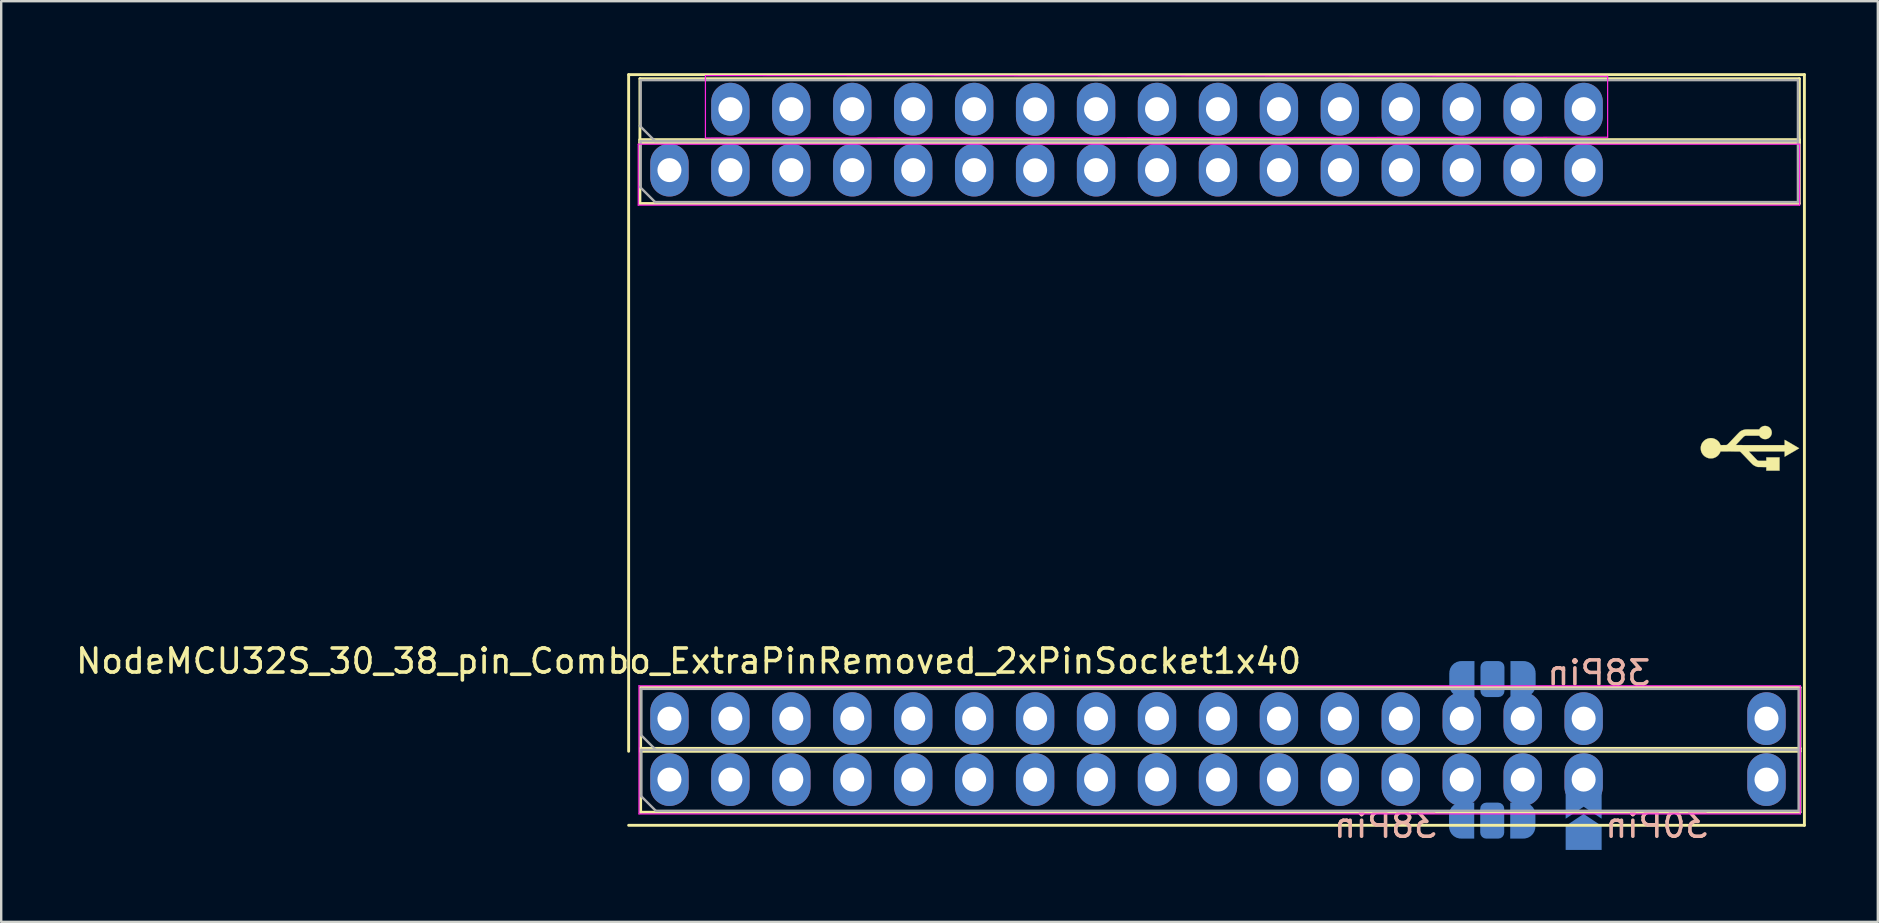
<source format=kicad_pcb>
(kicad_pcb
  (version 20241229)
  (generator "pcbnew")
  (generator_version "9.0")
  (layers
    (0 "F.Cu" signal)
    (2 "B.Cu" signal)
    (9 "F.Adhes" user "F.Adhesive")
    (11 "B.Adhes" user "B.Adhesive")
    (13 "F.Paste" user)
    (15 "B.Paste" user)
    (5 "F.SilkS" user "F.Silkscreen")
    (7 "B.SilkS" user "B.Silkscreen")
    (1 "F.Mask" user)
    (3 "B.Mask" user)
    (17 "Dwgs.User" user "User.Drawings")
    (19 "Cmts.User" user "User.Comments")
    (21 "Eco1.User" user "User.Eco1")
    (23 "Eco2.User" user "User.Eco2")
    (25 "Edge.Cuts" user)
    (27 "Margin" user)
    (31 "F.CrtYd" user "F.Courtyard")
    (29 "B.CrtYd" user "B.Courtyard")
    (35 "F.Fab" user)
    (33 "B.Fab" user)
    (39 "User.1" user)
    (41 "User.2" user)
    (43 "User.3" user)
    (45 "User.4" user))
  (footprint "NodeMCU32S_30_38_pin_Combo_ExtraPinRemoved_2xPinSocket1x40"
    (layer "F.Cu")
    (at 24.849 26.9)
    (property "Reference" "NodeMCU32S_30_38_pin_Combo_ExtraPinRemoved_2xPinSocket1x40" (at 0.8 -2.4 180) (layer "F.SilkS") (effects (font (size 1 1) (thickness 0.15))))
    (attr through_hole)
    (fp_line (start -1.7 -26.84) (end 47.3 -26.84) (stroke (width 0.12) (type solid)) (layer "F.SilkS"))
    (fp_line (start -1.7 1.36) (end -1.7 -26.84) (stroke (width 0.12) (type solid)) (layer "F.SilkS"))
    (fp_line (start -1.23 -26.67) (end 47.09 -26.67) (stroke (width 0.12) (type solid)) (layer "F.SilkS"))
    (fp_line (start -1.23 -24.13) (end 47.09 -24.13) (stroke (width 0.12) (type solid)) (layer "F.SilkS"))
    (fp_line (start -1.23 -24.01) (end -1.23 -26.67) (stroke (width 0.12) (type solid)) (layer "F.SilkS"))
    (fp_line (start -1.23 -24.01) (end 47.09 -24.01) (stroke (width 0.12) (type solid)) (layer "F.SilkS"))
    (fp_line (start -1.23 -21.47) (end -1.23 -24.13) (stroke (width 0.12) (type solid)) (layer "F.SilkS"))
    (fp_line (start -1.23 -21.47) (end 47.09 -21.47) (stroke (width 0.12) (type solid)) (layer "F.SilkS"))
    (fp_line (start -1.2 -1.3) (end 47.12 -1.3) (stroke (width 0.12) (type solid)) (layer "F.SilkS"))
    (fp_line (start -1.2 1.24) (end 47.12 1.24) (stroke (width 0.12) (type solid)) (layer "F.SilkS"))
    (fp_line (start -1.2 1.36) (end -1.2 -1.3) (stroke (width 0.12) (type solid)) (layer "F.SilkS"))
    (fp_line (start -1.2 1.36) (end 47.12 1.36) (stroke (width 0.12) (type solid)) (layer "F.SilkS"))
    (fp_line (start -1.2 3.9) (end -1.2 1.24) (stroke (width 0.12) (type solid)) (layer "F.SilkS"))
    (fp_line (start -1.2 3.9) (end 47.12 3.9) (stroke (width 0.12) (type solid)) (layer "F.SilkS"))
    (fp_line (start 47.09 -24.01) (end 47.09 -26.67) (stroke (width 0.12) (type solid)) (layer "F.SilkS"))
    (fp_line (start 47.09 -21.47) (end 47.09 -24.13) (stroke (width 0.12) (type solid)) (layer "F.SilkS"))
    (fp_line (start 47.12 1.36) (end 47.12 -1.3) (stroke (width 0.12) (type solid)) (layer "F.SilkS"))
    (fp_line (start 47.12 3.9) (end 47.12 1.24) (stroke (width 0.12) (type solid)) (layer "F.SilkS"))
    (fp_line (start 47.3 -26.84) (end 47.3 4.445) (stroke (width 0.12) (type solid)) (layer "F.SilkS"))
    (fp_line (start 47.3 4.445) (end -1.7 4.445) (stroke (width 0.12) (type solid)) (layer "F.SilkS"))
    (fp_poly (pts (xy 47.076 -11.265) (xy 47.066 -11.259) (xy 47.049 -11.248) (xy 47.026 -11.235) (xy 46.999 -11.219) (xy 46.966 -11.2) (xy 46.93 -11.178) (xy 46.89 -11.155) (xy 46.847 -11.13) (xy 46.802 -11.104) (xy 46.778 -11.091) (xy 46.478 -10.917) (xy 46.477 -11.027) (xy 46.476 -11.137) (xy 45.731 -11.137) (xy 45.652 -11.137) (xy 45.575 -11.137) (xy 45.502 -11.137) (xy 45.431 -11.137) (xy 45.364 -11.137) (xy 45.301 -11.137) (xy 45.243 -11.137) (xy 45.189 -11.137) (xy 45.141 -11.137) (xy 45.098 -11.136) (xy 45.062 -11.136) (xy 45.032 -11.136) (xy 45.009 -11.136) (xy 44.994 -11.136) (xy 44.986 -11.136) (xy 44.986 -11.135) (xy 44.988 -11.132) (xy 44.997 -11.123) (xy 45.009 -11.109) (xy 45.026 -11.091) (xy 45.046 -11.069) (xy 45.069 -11.045) (xy 45.094 -11.019) (xy 45.121 -10.991) (xy 45.148 -10.962) (xy 45.176 -10.933) (xy 45.203 -10.905) (xy 45.23 -10.877) (xy 45.254 -10.852) (xy 45.277 -10.829) (xy 45.297 -10.808) (xy 45.313 -10.792) (xy 45.325 -10.78) (xy 45.332 -10.773) (xy 45.333 -10.772) (xy 45.347 -10.764) (xy 45.364 -10.755) (xy 45.373 -10.752) (xy 45.379 -10.75) (xy 45.386 -10.748) (xy 45.395 -10.747) (xy 45.406 -10.746) (xy 45.42 -10.745) (xy 45.438 -10.744) (xy 45.461 -10.744) (xy 45.49 -10.744) (xy 45.527 -10.744) (xy 45.555 -10.744) (xy 45.714 -10.744) (xy 45.714 -10.888) (xy 46.264 -10.888) (xy 46.264 -10.337) (xy 45.714 -10.337) (xy 45.714 -10.485) (xy 45.535 -10.486) (xy 45.356 -10.488) (xy 45.318 -10.5) (xy 45.277 -10.515) (xy 45.235 -10.534) (xy 45.195 -10.556) (xy 45.161 -10.579) (xy 45.161 -10.579) (xy 45.15 -10.589) (xy 45.133 -10.604) (xy 45.111 -10.626) (xy 45.083 -10.654) (xy 45.05 -10.688) (xy 45.011 -10.729) (xy 44.966 -10.775) (xy 44.916 -10.828) (xy 44.885 -10.861) (xy 44.84 -10.908) (xy 44.8 -10.95) (xy 44.765 -10.986) (xy 44.736 -11.017) (xy 44.71 -11.043) (xy 44.688 -11.065) (xy 44.671 -11.083) (xy 44.656 -11.098) (xy 44.644 -11.109) (xy 44.635 -11.117) (xy 44.628 -11.122) (xy 44.623 -11.125) (xy 44.623 -11.125) (xy 44.603 -11.135) (xy 43.804 -11.138) (xy 43.801 -11.129) (xy 43.799 -11.121) (xy 43.793 -11.108) (xy 43.786 -11.092) (xy 43.783 -11.086) (xy 43.753 -11.034) (xy 43.717 -10.987) (xy 43.675 -10.946) (xy 43.628 -10.911) (xy 43.575 -10.883) (xy 43.519 -10.862) (xy 43.501 -10.857) (xy 43.469 -10.851) (xy 43.433 -10.848) (xy 43.394 -10.847) (xy 43.357 -10.849) (xy 43.322 -10.853) (xy 43.301 -10.857) (xy 43.242 -10.877) (xy 43.188 -10.904) (xy 43.139 -10.937) (xy 43.096 -10.977) (xy 43.063 -11.016) (xy 43.031 -11.065) (xy 43.007 -11.116) (xy 42.991 -11.17) (xy 42.983 -11.227) (xy 42.981 -11.254) (xy 42.981 -11.276) (xy 42.981 -11.295) (xy 42.981 -11.31) (xy 42.981 -11.319) (xy 42.982 -11.319) (xy 42.991 -11.363) (xy 43.001 -11.4) (xy 43.012 -11.432) (xy 43.026 -11.463) (xy 43.038 -11.484) (xy 43.072 -11.532) (xy 43.111 -11.574) (xy 43.154 -11.611) (xy 43.202 -11.641) (xy 43.254 -11.664) (xy 43.307 -11.68) (xy 43.363 -11.689) (xy 43.42 -11.691) (xy 43.477 -11.685) (xy 43.527 -11.672) (xy 43.578 -11.652) (xy 43.627 -11.626) (xy 43.672 -11.593) (xy 43.711 -11.557) (xy 43.731 -11.534) (xy 43.744 -11.517) (xy 43.757 -11.495) (xy 43.771 -11.472) (xy 43.784 -11.449) (xy 43.794 -11.429) (xy 43.8 -11.413) (xy 43.801 -11.409) (xy 43.804 -11.399) (xy 43.926 -11.401) (xy 44.048 -11.402) (xy 44.077 -11.416) (xy 44.082 -11.419) (xy 44.087 -11.422) (xy 44.093 -11.426) (xy 44.1 -11.432) (xy 44.108 -11.439) (xy 44.118 -11.448) (xy 44.13 -11.46) (xy 44.145 -11.474) (xy 44.163 -11.492) (xy 44.184 -11.514) (xy 44.209 -11.54) (xy 44.238 -11.571) (xy 44.271 -11.606) (xy 44.31 -11.647) (xy 44.352 -11.692) (xy 44.397 -11.739) (xy 44.436 -11.78) (xy 44.47 -11.816) (xy 44.499 -11.846) (xy 44.525 -11.873) (xy 44.546 -11.895) (xy 44.565 -11.914) (xy 44.58 -11.929) (xy 44.593 -11.941) (xy 44.604 -11.952) (xy 44.613 -11.96) (xy 44.621 -11.966) (xy 44.628 -11.971) (xy 44.635 -11.976) (xy 44.691 -12.007) (xy 44.751 -12.031) (xy 44.814 -12.047) (xy 44.843 -12.052) (xy 44.855 -12.053) (xy 44.874 -12.053) (xy 44.902 -12.054) (xy 44.936 -12.055) (xy 44.977 -12.055) (xy 45.024 -12.056) (xy 45.077 -12.056) (xy 45.136 -12.056) (xy 45.149 -12.056) (xy 45.421 -12.056) (xy 45.432 -12.076) (xy 45.445 -12.094) (xy 45.463 -12.114) (xy 45.484 -12.134) (xy 45.505 -12.151) (xy 45.52 -12.161) (xy 45.563 -12.182) (xy 45.608 -12.195) (xy 45.654 -12.2) (xy 45.701 -12.197) (xy 45.747 -12.187) (xy 45.789 -12.17) (xy 45.829 -12.146) (xy 45.863 -12.116) (xy 45.891 -12.08) (xy 45.914 -12.041) (xy 45.929 -11.999) (xy 45.938 -11.955) (xy 45.94 -11.909) (xy 45.934 -11.864) (xy 45.924 -11.829) (xy 45.904 -11.788) (xy 45.878 -11.75) (xy 45.846 -11.717) (xy 45.809 -11.689) (xy 45.768 -11.668) (xy 45.731 -11.655) (xy 45.704 -11.651) (xy 45.672 -11.649) (xy 45.64 -11.65) (xy 45.61 -11.653) (xy 45.595 -11.656) (xy 45.561 -11.668) (xy 45.527 -11.685) (xy 45.495 -11.707) (xy 45.466 -11.731) (xy 45.443 -11.757) (xy 45.43 -11.776) (xy 45.42 -11.794) (xy 45.137 -11.794) (xy 45.081 -11.794) (xy 45.033 -11.794) (xy 44.992 -11.793) (xy 44.958 -11.793) (xy 44.929 -11.793) (xy 44.906 -11.793) (xy 44.887 -11.792) (xy 44.872 -11.792) (xy 44.86 -11.791) (xy 44.851 -11.79) (xy 44.844 -11.789) (xy 44.837 -11.788) (xy 44.832 -11.786) (xy 44.828 -11.785) (xy 44.81 -11.777) (xy 44.791 -11.768) (xy 44.781 -11.76) (xy 44.775 -11.755) (xy 44.765 -11.745) (xy 44.75 -11.73) (xy 44.731 -11.711) (xy 44.71 -11.689) (xy 44.686 -11.664) (xy 44.66 -11.637) (xy 44.633 -11.609) (xy 44.606 -11.58) (xy 44.579 -11.551) (xy 44.552 -11.523) (xy 44.527 -11.497) (xy 44.504 -11.472) (xy 44.483 -11.45) (xy 44.466 -11.431) (xy 44.452 -11.417) (xy 44.443 -11.407) (xy 44.44 -11.402) (xy 44.44 -11.402) (xy 44.444 -11.402) (xy 44.456 -11.401) (xy 44.476 -11.401) (xy 44.503 -11.401) (xy 44.538 -11.401) (xy 44.579 -11.401) (xy 44.626 -11.401) (xy 44.679 -11.401) (xy 44.738 -11.4) (xy 44.802 -11.4) (xy 44.871 -11.4) (xy 44.944 -11.4) (xy 45.021 -11.4) (xy 45.102 -11.4) (xy 45.186 -11.4) (xy 45.274 -11.4) (xy 45.364 -11.4) (xy 45.456 -11.4) (xy 46.476 -11.4) (xy 46.476 -11.51) (xy 46.476 -11.54) (xy 46.476 -11.566) (xy 46.477 -11.588) (xy 46.478 -11.605) (xy 46.478 -11.616) (xy 46.479 -11.619) (xy 46.485 -11.616) (xy 46.498 -11.609) (xy 46.516 -11.599) (xy 46.54 -11.586) (xy 46.567 -11.57) (xy 46.599 -11.551) (xy 46.634 -11.531) (xy 46.671 -11.51) (xy 46.71 -11.487) (xy 46.75 -11.464) (xy 46.79 -11.44) (xy 46.831 -11.416) (xy 46.87 -11.393) (xy 46.908 -11.371) (xy 46.944 -11.349) (xy 46.977 -11.33) (xy 47.007 -11.312) (xy 47.033 -11.297) (xy 47.053 -11.285) (xy 47.068 -11.275) (xy 47.078 -11.27) (xy 47.08 -11.268) (xy 47.076 -11.265)) (stroke (width 0.01) (type solid)) (fill yes) (layer "F.SilkS"))
    (fp_line (start -2.4 -26.84) (end 5.8 -26.84) (stroke (width 0.12) (type solid)) (layer "Eco2.User"))
    (fp_line (start -2.4 4.445) (end -2.4 -26.84) (stroke (width 0.12) (type solid)) (layer "Eco2.User"))
    (fp_line (start 5.8 -26.84) (end 5.8 1.8) (stroke (width 0.12) (type solid)) (layer "Eco2.User"))
    (fp_line (start 5.8 -24.3) (end 5.8 1.8) (stroke (width 0.12) (type solid)) (layer "Eco2.User"))
    (fp_line (start 5.8 4.445) (end -2.4 4.445) (stroke (width 0.12) (type solid)) (layer "Eco2.User"))
    (fp_line (start -1.3 -23.94) (end -1.3 -21.4) (stroke (width 0.05) (type solid)) (layer "F.CrtYd"))
    (fp_line (start -1.3 -23.94) (end 47.1 -23.94) (stroke (width 0.05) (type solid)) (layer "F.CrtYd"))
    (fp_line (start -1.3 -21.4) (end 47.1 -21.4) (stroke (width 0.05) (type solid)) (layer "F.CrtYd"))
    (fp_line (start -1.27 -1.37) (end -1.27 3.97) (stroke (width 0.05) (type solid)) (layer "F.CrtYd"))
    (fp_line (start -1.27 3.97) (end 47.13 3.97) (stroke (width 0.05) (type solid)) (layer "F.CrtYd"))
    (fp_line (start 1.5 -26.8) (end 1.5 -24.2) (stroke (width 0.05) (type solid)) (layer "F.CrtYd"))
    (fp_line (start 39.1 -26.77) (end 1.5 -26.8) (stroke (width 0.05) (type solid)) (layer "F.CrtYd"))
    (fp_line (start 39.1 -24.23) (end 1.5 -24.2) (stroke (width 0.05) (type solid)) (layer "F.CrtYd"))
    (fp_line (start 39.1 -24.23) (end 39.1 -26.77) (stroke (width 0.05) (type solid)) (layer "F.CrtYd"))
    (fp_line (start 47.1 -21.4) (end 47.1 -23.94) (stroke (width 0.05) (type solid)) (layer "F.CrtYd"))
    (fp_line (start 47.13 -1.37) (end -1.27 -1.37) (stroke (width 0.05) (type solid)) (layer "F.CrtYd"))
    (fp_line (start 47.13 3.97) (end 47.13 -1.37) (stroke (width 0.05) (type solid)) (layer "F.CrtYd"))
    (fp_line (start -1.2 -26.61) (end 47.03 -26.61) (stroke (width 0.1) (type solid)) (layer "F.Fab"))
    (fp_line (start -1.2 -24.705) (end -1.2 -26.61) (stroke (width 0.1) (type solid)) (layer "F.Fab"))
    (fp_line (start -1.2 -24.07) (end 47.03 -24.07) (stroke (width 0.1) (type solid)) (layer "F.Fab"))
    (fp_line (start -1.2 -22.165) (end -1.2 -24.07) (stroke (width 0.1) (type solid)) (layer "F.Fab"))
    (fp_line (start -1.17 -1.24) (end 47.06 -1.24) (stroke (width 0.1) (type solid)) (layer "F.Fab"))
    (fp_line (start -1.17 0.665) (end -1.17 -1.24) (stroke (width 0.1) (type solid)) (layer "F.Fab"))
    (fp_line (start -1.17 1.3) (end 47.06 1.3) (stroke (width 0.1) (type solid)) (layer "F.Fab"))
    (fp_line (start -1.17 3.205) (end -1.17 1.3) (stroke (width 0.1) (type solid)) (layer "F.Fab"))
    (fp_line (start -0.6 -24.07) (end -1.235 -24.705) (stroke (width 0.1) (type solid)) (layer "F.Fab"))
    (fp_line (start -0.6 -21.53) (end -1.235 -22.165) (stroke (width 0.1) (type solid)) (layer "F.Fab"))
    (fp_line (start -0.57 1.3) (end -1.205 0.665) (stroke (width 0.1) (type solid)) (layer "F.Fab"))
    (fp_line (start -0.57 3.84) (end -1.205 3.205) (stroke (width 0.1) (type solid)) (layer "F.Fab"))
    (fp_line (start 47.03 -26.61) (end 47.03 -24.07) (stroke (width 0.1) (type solid)) (layer "F.Fab"))
    (fp_line (start 47.03 -24.07) (end -0.6 -24.07) (stroke (width 0.1) (type solid)) (layer "F.Fab"))
    (fp_line (start 47.03 -24.07) (end 47.03 -21.53) (stroke (width 0.1) (type solid)) (layer "F.Fab"))
    (fp_line (start 47.03 -21.53) (end -0.6 -21.53) (stroke (width 0.1) (type solid)) (layer "F.Fab"))
    (fp_line (start 47.06 -1.24) (end 47.06 1.3) (stroke (width 0.1) (type solid)) (layer "F.Fab"))
    (fp_line (start 47.06 1.3) (end -0.57 1.3) (stroke (width 0.1) (type solid)) (layer "F.Fab"))
    (fp_line (start 47.06 1.3) (end 47.06 3.84) (stroke (width 0.1) (type solid)) (layer "F.Fab"))
    (fp_line (start 47.06 3.84) (end -0.57 3.84) (stroke (width 0.1) (type solid)) (layer "F.Fab"))
    (fp_text user "30Pin" (at 41.15 4.445 0) (unlocked yes) (layer "B.SilkS") (effects (font (size 1 1) (thickness 0.15)) (justify mirror)))
    (fp_text user "38Pin" (at 38.735 -1.905 0) (unlocked yes) (layer "B.SilkS") (effects (font (size 1 1) (thickness 0.15)) (justify mirror)))
    (fp_text user "38Pin" (at 29.845 4.445 0) (unlocked yes) (layer "B.SilkS") (effects (font (size 1 1) (thickness 0.15)) (justify mirror)))
    (fp_text user "Antenna" (at 0.3 -11.5 90) (layer "Eco2.User") (effects (font (size 2 2) (thickness 0.3))))
    (pad "0" thru_hole oval (at 33.02 -22.86 180) (size 1.6 2.2) (drill 1) (layers "*.Cu" "*.Mask"))
    (pad "1" thru_hole oval (at 7.62 -25.4 180) (size 1.6 2.2) (drill 1) (layers "*.Cu" "*.Mask"))
    (pad "1" thru_hole oval (at 7.62 -22.86 180) (size 1.6 2.2) (drill 1) (layers "*.Cu" "*.Mask"))
    (pad "2" thru_hole oval (at 30.48 -25.4 180) (size 1.6 2.2) (drill 1) (layers "*.Cu" "*.Mask"))
    (pad "2" thru_hole oval (at 35.56 -22.86 180) (size 1.6 2.2) (drill 1) (layers "*.Cu" "*.Mask"))
    (pad "3" thru_hole oval (at 10.16 -25.4 180) (size 1.6 2.2) (drill 1) (layers "*.Cu" "*.Mask"))
    (pad "3" thru_hole oval (at 10.16 -22.86 180) (size 1.6 2.2) (drill 1) (layers "*.Cu" "*.Mask"))
    (pad "4" thru_hole oval (at 27.94 -25.4 180) (size 1.6 2.2) (drill 1) (layers "*.Cu" "*.Mask"))
    (pad "4" thru_hole oval (at 30.48 -22.86 180) (size 1.6 2.2) (drill 1) (layers "*.Cu" "*.Mask"))
    (pad "5" thru_hole oval (at 20.32 -25.4 180) (size 1.6 2.2) (drill 1) (layers "*.Cu" "*.Mask"))
    (pad "5" thru_hole oval (at 22.86 -22.86 180) (size 1.6 2.2) (drill 1) (layers "*.Cu" "*.Mask"))
    (pad "9" thru_hole oval (at 38.1 0) (size 1.6 2.2) (drill 1) (layers "*.Cu" "*.Mask"))
    (pad "9" thru_hole oval (at 38.1 2.54) (size 1.6 2.2) (drill 1) (layers "*.Cu" "*.Mask"))
    (pad "9" smd custom (at 38.1 3.02 90) (size 0.3 0.3) (layers "B.Cu" "B.Mask") (options (anchor rect)) (primitives (gr_poly (pts (xy -1.15 -0.75) (xy 0.2 -0.75) (xy 0.2 0.75) (xy -1.15 0.75) (xy -0.65 0)) (width 0) (fill yes))))
    (pad "12" thru_hole oval (at 30.48 0) (size 1.6 2.2) (drill 1) (layers "*.Cu" "*.Mask"))
    (pad "12" thru_hole oval (at 30.48 2.54) (size 1.6 2.2) (drill 1) (layers "*.Cu" "*.Mask"))
    (pad "13" smd roundrect (at 34.3 -1.65) (size 1 1.5) (layers "B.Cu" "B.Mask") (roundrect_rratio 0.25))
    (pad "14" thru_hole oval (at 27.94 0) (size 1.6 2.2) (drill 1) (layers "*.Cu" "*.Mask"))
    (pad "14" thru_hole oval (at 27.94 2.54) (size 1.6 2.2) (drill 1) (layers "*.Cu" "*.Mask"))
    (pad "15" thru_hole oval (at 33.02 -25.4 180) (size 1.6 2.2) (drill 1) (layers "*.Cu" "*.Mask"))
    (pad "15" thru_hole oval (at 38.1 -22.86 180) (size 1.6 2.2) (drill 1) (layers "*.Cu" "*.Mask"))
    (pad "16" thru_hole oval (at 25.4 -25.4 180) (size 1.6 2.2) (drill 1) (layers "*.Cu" "*.Mask"))
    (pad "16" thru_hole oval (at 27.94 -22.86 180) (size 1.6 2.2) (drill 1) (layers "*.Cu" "*.Mask"))
    (pad "17" thru_hole oval (at 22.86 -25.4 180) (size 1.6 2.2) (drill 1) (layers "*.Cu" "*.Mask"))
    (pad "17" thru_hole oval (at 25.4 -22.86 180) (size 1.6 2.2) (drill 1) (layers "*.Cu" "*.Mask"))
    (pad "18" thru_hole oval (at 17.78 -25.4 180) (size 1.6 2.2) (drill 1) (layers "*.Cu" "*.Mask"))
    (pad "18" thru_hole oval (at 20.32 -22.86 180) (size 1.6 2.2) (drill 1) (layers "*.Cu" "*.Mask"))
    (pad "19" thru_hole oval (at 15.24 -25.392 180) (size 1.6 2.2) (drill 1) (layers "*.Cu" "*.Mask"))
    (pad "19" thru_hole oval (at 17.78 -22.86 180) (size 1.6 2.2) (drill 1) (layers "*.Cu" "*.Mask"))
    (pad "21" thru_hole oval (at 12.7 -25.4 180) (size 1.6 2.2) (drill 1) (layers "*.Cu" "*.Mask"))
    (pad "21" thru_hole oval (at 12.7 -22.86 180) (size 1.6 2.2) (drill 1) (layers "*.Cu" "*.Mask"))
    (pad "22" thru_hole oval (at 5.08 -25.4 180) (size 1.6 2.2) (drill 1) (layers "*.Cu" "*.Mask"))
    (pad "22" thru_hole oval (at 5.08 -22.86 180) (size 1.6 2.2) (drill 1) (layers "*.Cu" "*.Mask"))
    (pad "23" thru_hole oval (at 2.54 -25.4 180) (size 1.6 2.2) (drill 1) (layers "*.Cu" "*.Mask"))
    (pad "23" thru_hole oval (at 2.54 -22.86 180) (size 1.6 2.2) (drill 1) (layers "*.Cu" "*.Mask"))
    (pad "25" thru_hole oval (at 20.32 -0.008) (size 1.6 2.2) (drill 1) (layers "*.Cu" "*.Mask"))
    (pad "25" thru_hole oval (at 20.32 2.532) (size 1.6 2.2) (drill 1) (layers "*.Cu" "*.Mask"))
    (pad "26" thru_hole oval (at 22.86 0) (size 1.6 2.2) (drill 1) (layers "*.Cu" "*.Mask"))
    (pad "26" thru_hole oval (at 22.86 2.54) (size 1.6 2.2) (drill 1) (layers "*.Cu" "*.Mask"))
    (pad "27" thru_hole oval (at 25.4 0) (size 1.6 2.2) (drill 1) (layers "*.Cu" "*.Mask"))
    (pad "27" thru_hole oval (at 25.4 2.54) (size 1.6 2.2) (drill 1) (layers "*.Cu" "*.Mask"))
    (pad "32" thru_hole oval (at 15.24 0) (size 1.6 2.2) (drill 1) (layers "*.Cu" "*.Mask"))
    (pad "32" thru_hole oval (at 15.24 2.54) (size 1.6 2.2) (drill 1) (layers "*.Cu" "*.Mask"))
    (pad "33" thru_hole oval (at 17.78 0) (size 1.6 2.2) (drill 1) (layers "*.Cu" "*.Mask"))
    (pad "33" thru_hole oval (at 17.78 2.54) (size 1.6 2.2) (drill 1) (layers "*.Cu" "*.Mask"))
    (pad "34" thru_hole oval (at 10.16 0) (size 1.6 2.2) (drill 1) (layers "*.Cu" "*.Mask"))
    (pad "34" thru_hole oval (at 10.16 2.54) (size 1.6 2.2) (drill 1) (layers "*.Cu" "*.Mask"))
    (pad "35" thru_hole oval (at 12.7 0) (size 1.6 2.2) (drill 1) (layers "*.Cu" "*.Mask"))
    (pad "35" thru_hole oval (at 12.7 2.54) (size 1.6 2.2) (drill 1) (layers "*.Cu" "*.Mask"))
    (pad "36" thru_hole oval (at 5.08 0) (size 1.6 2.2) (drill 1) (layers "*.Cu" "*.Mask"))
    (pad "36" thru_hole oval (at 5.08 2.54) (size 1.6 2.2) (drill 1) (layers "*.Cu" "*.Mask"))
    (pad "39" thru_hole oval (at 7.62 0) (size 1.6 2.2) (drill 1) (layers "*.Cu" "*.Mask"))
    (pad "39" thru_hole oval (at 7.62 2.54) (size 1.6 2.2) (drill 1) (layers "*.Cu" "*.Mask"))
    (pad "98" thru_hole oval (at 35.56 0) (size 1.6 2.2) (drill 1) (layers "*.Cu" "*.Mask"))
    (pad "98" thru_hole oval (at 35.56 2.54) (size 1.6 2.2) (drill 1) (layers "*.Cu" "*.Mask"))
    (pad "98" smd custom (at 35.59 4.25) (size 1 0.5) (layers "B.Cu" "B.Mask") (options (anchor rect)) (primitives (gr_circle (center 0 0.25) (end 0.5 0.25) (width 0) (fill yes)) (gr_circle (center 0 -0.25) (end 0.5 -0.25) (width 0) (fill yes)) (gr_poly (pts (xy 0 0.75) (xy -0.55 0.75) (xy -0.55 -0.75) (xy 0 -0.75)) (width 0) (fill yes))))
    (pad "98" smd custom (at 35.6 -1.65) (size 1 0.5) (layers "B.Cu" "B.Mask") (options (anchor rect)) (primitives (gr_circle (center 0 0.25) (end 0.5 0.25) (width 0) (fill yes)) (gr_circle (center 0 -0.25) (end 0.5 -0.25) (width 0) (fill yes)) (gr_poly (pts (xy 0 0.75) (xy -0.55 0.75) (xy -0.55 -0.75) (xy 0 -0.75)) (width 0) (fill yes))))
    (pad "99" smd custom (at 32.99 4.25) (size 1 0.5) (layers "B.Cu" "B.Mask") (options (anchor rect)) (primitives (gr_circle (center 0 0.25) (end 0.5 0.25) (width 0) (fill yes)) (gr_circle (center 0 -0.25) (end 0.5 -0.25) (width 0) (fill yes)) (gr_poly (pts (xy 0.55 0.75) (xy 0 0.75) (xy 0 -0.75) (xy 0.55 -0.75)) (width 0) (fill yes))))
    (pad "99" smd custom (at 33 -1.65) (size 1 0.5) (layers "B.Cu" "B.Mask") (options (anchor rect)) (primitives (gr_circle (center 0 0.25) (end 0.5 0.25) (width 0) (fill yes)) (gr_circle (center 0 -0.25) (end 0.5 -0.25) (width 0) (fill yes)) (gr_poly (pts (xy 0.55 0.75) (xy 0 0.75) (xy 0 -0.75) (xy 0.55 -0.75)) (width 0) (fill yes))))
    (pad "99" thru_hole oval (at 33.02 0) (size 1.6 2.2) (drill 1) (layers "*.Cu" "*.Mask"))
    (pad "99" thru_hole oval (at 33.02 2.54) (size 1.6 2.2) (drill 1) (layers "*.Cu" "*.Mask"))
    (pad "110" smd custom (at 38.1 5.17 90) (size 0.3 0.3) (layers "B.Cu" "B.Mask") (options (anchor rect)) (primitives (gr_poly (pts (xy -0.3 -0.75) (xy 0.7 -0.75) (xy 1.2 0) (xy 0.7 0.75) (xy -0.3 0.75)) (width 0) (fill yes))))
    (pad "110" thru_hole oval (at 45.72 0) (size 1.6 2.2) (drill 1) (layers "*.Cu" "*.Mask"))
    (pad "110" thru_hole oval (at 45.72 2.54) (size 1.6 2.2) (drill 1) (layers "*.Cu" "*.Mask"))
    (pad "120" smd roundrect (at 34.29 4.25) (size 1 1.5) (layers "B.Cu" "B.Mask") (roundrect_rratio 0.25))
    (pad "210" thru_hole oval (at 15.24 -22.852 180) (size 1.6 2.2) (drill 1) (layers "*.Cu" "*.Mask"))
    (pad "230" thru_hole oval (at 0 -22.86 180) (size 1.6 2.2) (drill 1) (layers "*.Cu" "*.Mask"))
    (pad "230" thru_hole oval (at 35.56 -25.4 180) (size 1.6 2.2) (drill 1) (layers "*.Cu" "*.Mask"))
    (pad "360" thru_hole oval (at 2.54 0) (size 1.6 2.2) (drill 1) (layers "*.Cu" "*.Mask"))
    (pad "360" thru_hole oval (at 2.54 2.54) (size 1.6 2.2) (drill 1) (layers "*.Cu" "*.Mask"))
    (pad "361" thru_hole oval (at 0 0) (size 1.6 2.2) (drill 1) (layers "*.Cu" "*.Mask"))
    (pad "361" thru_hole oval (at 0 2.54) (size 1.6 2.2) (drill 1) (layers "*.Cu" "*.Mask"))
    (pad "361" thru_hole oval (at 38.1 -25.4 180) (size 1.6 2.2) (drill 1) (layers "*.Cu" "*.Mask")))
  (gr_rect
    (start -3 -3)
    (end 75.209 35.37)
    (stroke (width 0.1) (type default))
    (fill no)
    (layer "Edge.Cuts")))
</source>
